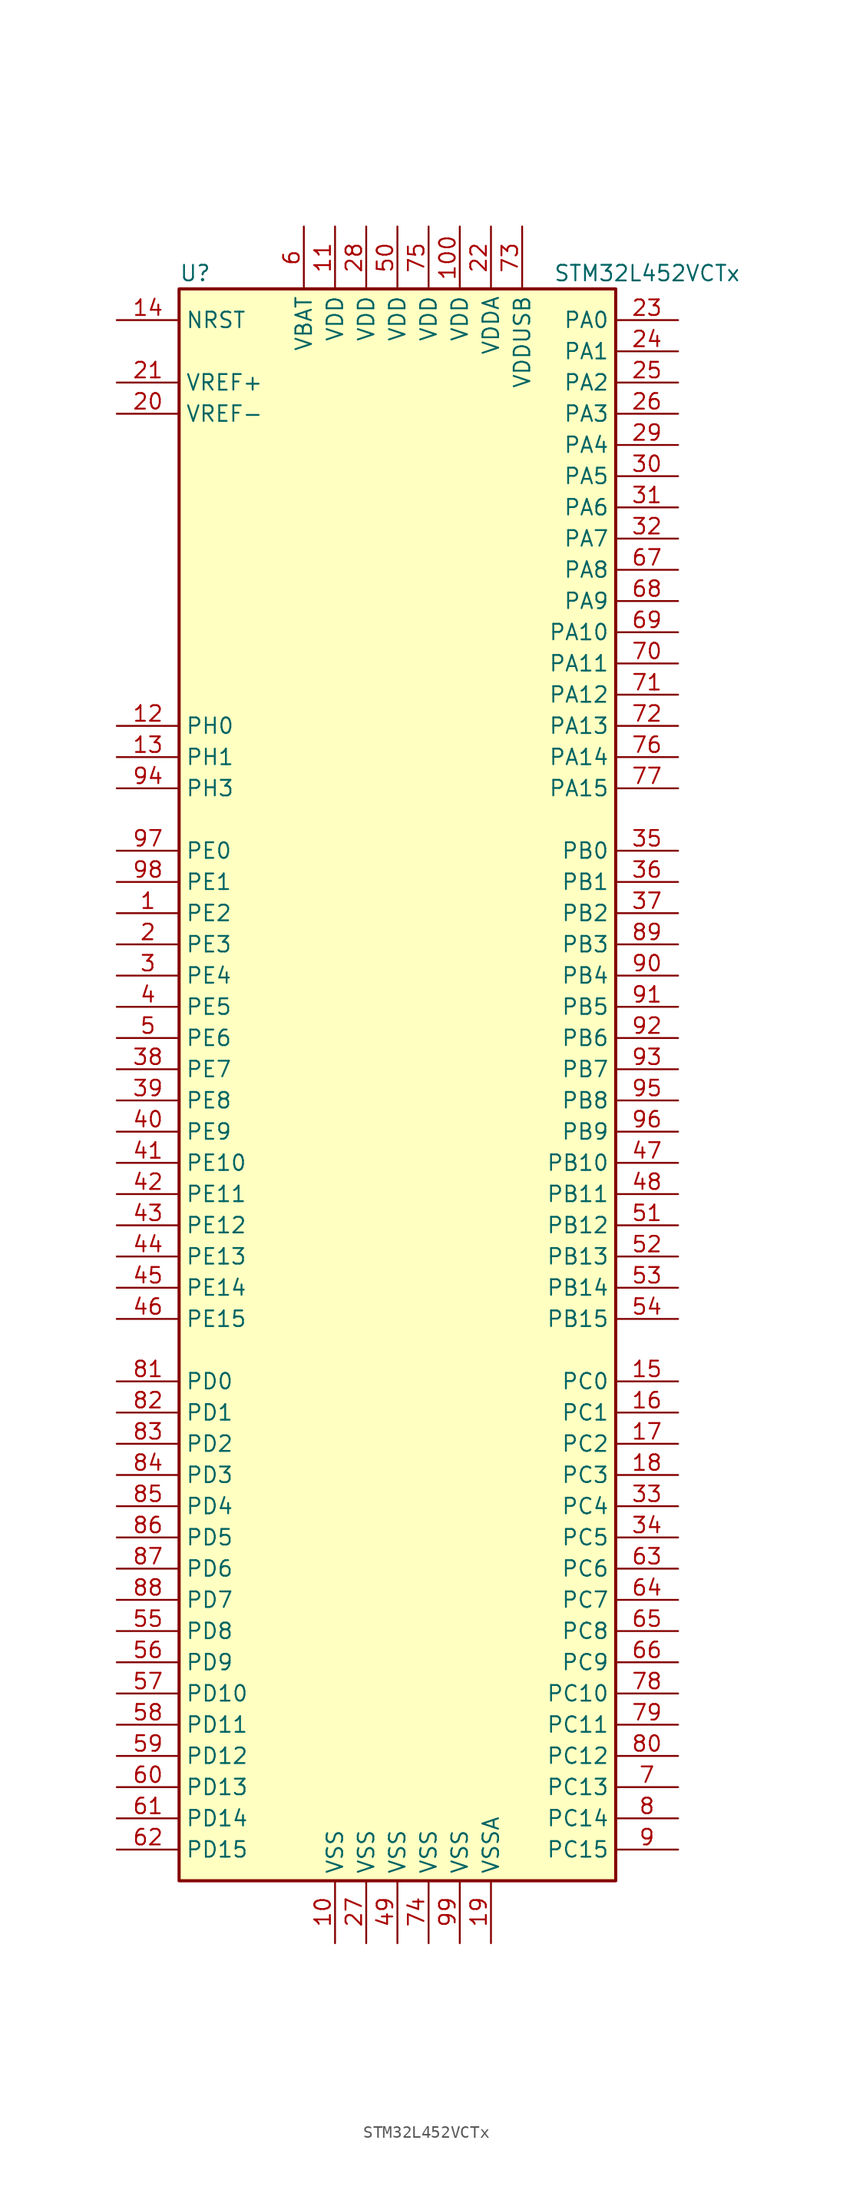
<source format=kicad_sym>
(kicad_symbol_lib
  (version 20201005)
  (generator kicad_symbol_editor)
  (symbol "STM32L452VCTx"
    (property "Reference" "U"
      (at -17.78 64.77 0)
      (effects (font (size 1.27 1.27)) (justify left)))
    (property "Value" "STM32L452VCTx"
      (at 12.7 64.77 0)
      (effects (font (size 1.27 1.27)) (justify left)))
    (symbol "STM32L452VCTx_0_1"
      (rectangle (start -17.78 -66.04) (end 17.78 63.5) (stroke (width 0.254)) (fill (type background))))
    (symbol "STM32L452VCTx_1_1"
      (pin input line (at -22.86 60.96 0) (length 5.08) (name "NRST" (effects (font (size 1.27 1.27)))) (number "14" (effects (font (size 1.27 1.27)))))
      (pin bidirectional line (at 22.86 60.96 180) (length 5.08) (name "PA0" (effects (font (size 1.27 1.27)))) (number "23" (effects (font (size 1.27 1.27)))))
      (pin bidirectional line (at 22.86 58.42 180) (length 5.08) (name "PA1" (effects (font (size 1.27 1.27)))) (number "24" (effects (font (size 1.27 1.27)))))
      (pin bidirectional line (at 22.86 35.56 180) (length 5.08) (name "PA10" (effects (font (size 1.27 1.27)))) (number "69" (effects (font (size 1.27 1.27)))))
      (pin bidirectional line (at 22.86 33.02 180) (length 5.08) (name "PA11" (effects (font (size 1.27 1.27)))) (number "70" (effects (font (size 1.27 1.27)))))
      (pin bidirectional line (at 22.86 30.48 180) (length 5.08) (name "PA12" (effects (font (size 1.27 1.27)))) (number "71" (effects (font (size 1.27 1.27)))))
      (pin bidirectional line (at 22.86 27.94 180) (length 5.08) (name "PA13" (effects (font (size 1.27 1.27)))) (number "72" (effects (font (size 1.27 1.27)))))
      (pin bidirectional line (at 22.86 25.4 180) (length 5.08) (name "PA14" (effects (font (size 1.27 1.27)))) (number "76" (effects (font (size 1.27 1.27)))))
      (pin bidirectional line (at 22.86 22.86 180) (length 5.08) (name "PA15" (effects (font (size 1.27 1.27)))) (number "77" (effects (font (size 1.27 1.27)))))
      (pin bidirectional line (at 22.86 55.88 180) (length 5.08) (name "PA2" (effects (font (size 1.27 1.27)))) (number "25" (effects (font (size 1.27 1.27)))))
      (pin bidirectional line (at 22.86 53.34 180) (length 5.08) (name "PA3" (effects (font (size 1.27 1.27)))) (number "26" (effects (font (size 1.27 1.27)))))
      (pin bidirectional line (at 22.86 50.8 180) (length 5.08) (name "PA4" (effects (font (size 1.27 1.27)))) (number "29" (effects (font (size 1.27 1.27)))))
      (pin bidirectional line (at 22.86 48.26 180) (length 5.08) (name "PA5" (effects (font (size 1.27 1.27)))) (number "30" (effects (font (size 1.27 1.27)))))
      (pin bidirectional line (at 22.86 45.72 180) (length 5.08) (name "PA6" (effects (font (size 1.27 1.27)))) (number "31" (effects (font (size 1.27 1.27)))))
      (pin bidirectional line (at 22.86 43.18 180) (length 5.08) (name "PA7" (effects (font (size 1.27 1.27)))) (number "32" (effects (font (size 1.27 1.27)))))
      (pin bidirectional line (at 22.86 40.64 180) (length 5.08) (name "PA8" (effects (font (size 1.27 1.27)))) (number "67" (effects (font (size 1.27 1.27)))))
      (pin bidirectional line (at 22.86 38.1 180) (length 5.08) (name "PA9" (effects (font (size 1.27 1.27)))) (number "68" (effects (font (size 1.27 1.27)))))
      (pin bidirectional line (at 22.86 17.78 180) (length 5.08) (name "PB0" (effects (font (size 1.27 1.27)))) (number "35" (effects (font (size 1.27 1.27)))))
      (pin bidirectional line (at 22.86 15.24 180) (length 5.08) (name "PB1" (effects (font (size 1.27 1.27)))) (number "36" (effects (font (size 1.27 1.27)))))
      (pin bidirectional line (at 22.86 -7.62 180) (length 5.08) (name "PB10" (effects (font (size 1.27 1.27)))) (number "47" (effects (font (size 1.27 1.27)))))
      (pin bidirectional line (at 22.86 -10.16 180) (length 5.08) (name "PB11" (effects (font (size 1.27 1.27)))) (number "48" (effects (font (size 1.27 1.27)))))
      (pin bidirectional line (at 22.86 -12.7 180) (length 5.08) (name "PB12" (effects (font (size 1.27 1.27)))) (number "51" (effects (font (size 1.27 1.27)))))
      (pin bidirectional line (at 22.86 -15.24 180) (length 5.08) (name "PB13" (effects (font (size 1.27 1.27)))) (number "52" (effects (font (size 1.27 1.27)))))
      (pin bidirectional line (at 22.86 -17.78 180) (length 5.08) (name "PB14" (effects (font (size 1.27 1.27)))) (number "53" (effects (font (size 1.27 1.27)))))
      (pin bidirectional line (at 22.86 -20.32 180) (length 5.08) (name "PB15" (effects (font (size 1.27 1.27)))) (number "54" (effects (font (size 1.27 1.27)))))
      (pin bidirectional line (at 22.86 12.7 180) (length 5.08) (name "PB2" (effects (font (size 1.27 1.27)))) (number "37" (effects (font (size 1.27 1.27)))))
      (pin bidirectional line (at 22.86 10.16 180) (length 5.08) (name "PB3" (effects (font (size 1.27 1.27)))) (number "89" (effects (font (size 1.27 1.27)))))
      (pin bidirectional line (at 22.86 7.62 180) (length 5.08) (name "PB4" (effects (font (size 1.27 1.27)))) (number "90" (effects (font (size 1.27 1.27)))))
      (pin bidirectional line (at 22.86 5.08 180) (length 5.08) (name "PB5" (effects (font (size 1.27 1.27)))) (number "91" (effects (font (size 1.27 1.27)))))
      (pin bidirectional line (at 22.86 2.54 180) (length 5.08) (name "PB6" (effects (font (size 1.27 1.27)))) (number "92" (effects (font (size 1.27 1.27)))))
      (pin bidirectional line (at 22.86 0 180) (length 5.08) (name "PB7" (effects (font (size 1.27 1.27)))) (number "93" (effects (font (size 1.27 1.27)))))
      (pin bidirectional line (at 22.86 -2.54 180) (length 5.08) (name "PB8" (effects (font (size 1.27 1.27)))) (number "95" (effects (font (size 1.27 1.27)))))
      (pin bidirectional line (at 22.86 -5.08 180) (length 5.08) (name "PB9" (effects (font (size 1.27 1.27)))) (number "96" (effects (font (size 1.27 1.27)))))
      (pin bidirectional line (at 22.86 -25.4 180) (length 5.08) (name "PC0" (effects (font (size 1.27 1.27)))) (number "15" (effects (font (size 1.27 1.27)))))
      (pin bidirectional line (at 22.86 -27.94 180) (length 5.08) (name "PC1" (effects (font (size 1.27 1.27)))) (number "16" (effects (font (size 1.27 1.27)))))
      (pin bidirectional line (at 22.86 -50.8 180) (length 5.08) (name "PC10" (effects (font (size 1.27 1.27)))) (number "78" (effects (font (size 1.27 1.27)))))
      (pin bidirectional line (at 22.86 -53.34 180) (length 5.08) (name "PC11" (effects (font (size 1.27 1.27)))) (number "79" (effects (font (size 1.27 1.27)))))
      (pin bidirectional line (at 22.86 -55.88 180) (length 5.08) (name "PC12" (effects (font (size 1.27 1.27)))) (number "80" (effects (font (size 1.27 1.27)))))
      (pin bidirectional line (at 22.86 -58.42 180) (length 5.08) (name "PC13" (effects (font (size 1.27 1.27)))) (number "7" (effects (font (size 1.27 1.27)))))
      (pin bidirectional line (at 22.86 -60.96 180) (length 5.08) (name "PC14" (effects (font (size 1.27 1.27)))) (number "8" (effects (font (size 1.27 1.27)))))
      (pin bidirectional line (at 22.86 -63.5 180) (length 5.08) (name "PC15" (effects (font (size 1.27 1.27)))) (number "9" (effects (font (size 1.27 1.27)))))
      (pin bidirectional line (at 22.86 -30.48 180) (length 5.08) (name "PC2" (effects (font (size 1.27 1.27)))) (number "17" (effects (font (size 1.27 1.27)))))
      (pin bidirectional line (at 22.86 -33.02 180) (length 5.08) (name "PC3" (effects (font (size 1.27 1.27)))) (number "18" (effects (font (size 1.27 1.27)))))
      (pin bidirectional line (at 22.86 -35.56 180) (length 5.08) (name "PC4" (effects (font (size 1.27 1.27)))) (number "33" (effects (font (size 1.27 1.27)))))
      (pin bidirectional line (at 22.86 -38.1 180) (length 5.08) (name "PC5" (effects (font (size 1.27 1.27)))) (number "34" (effects (font (size 1.27 1.27)))))
      (pin bidirectional line (at 22.86 -40.64 180) (length 5.08) (name "PC6" (effects (font (size 1.27 1.27)))) (number "63" (effects (font (size 1.27 1.27)))))
      (pin bidirectional line (at 22.86 -43.18 180) (length 5.08) (name "PC7" (effects (font (size 1.27 1.27)))) (number "64" (effects (font (size 1.27 1.27)))))
      (pin bidirectional line (at 22.86 -45.72 180) (length 5.08) (name "PC8" (effects (font (size 1.27 1.27)))) (number "65" (effects (font (size 1.27 1.27)))))
      (pin bidirectional line (at 22.86 -48.26 180) (length 5.08) (name "PC9" (effects (font (size 1.27 1.27)))) (number "66" (effects (font (size 1.27 1.27)))))
      (pin bidirectional line (at -22.86 -25.4 0) (length 5.08) (name "PD0" (effects (font (size 1.27 1.27)))) (number "81" (effects (font (size 1.27 1.27)))))
      (pin bidirectional line (at -22.86 -27.94 0) (length 5.08) (name "PD1" (effects (font (size 1.27 1.27)))) (number "82" (effects (font (size 1.27 1.27)))))
      (pin bidirectional line (at -22.86 -50.8 0) (length 5.08) (name "PD10" (effects (font (size 1.27 1.27)))) (number "57" (effects (font (size 1.27 1.27)))))
      (pin bidirectional line (at -22.86 -53.34 0) (length 5.08) (name "PD11" (effects (font (size 1.27 1.27)))) (number "58" (effects (font (size 1.27 1.27)))))
      (pin bidirectional line (at -22.86 -55.88 0) (length 5.08) (name "PD12" (effects (font (size 1.27 1.27)))) (number "59" (effects (font (size 1.27 1.27)))))
      (pin bidirectional line (at -22.86 -58.42 0) (length 5.08) (name "PD13" (effects (font (size 1.27 1.27)))) (number "60" (effects (font (size 1.27 1.27)))))
      (pin bidirectional line (at -22.86 -60.96 0) (length 5.08) (name "PD14" (effects (font (size 1.27 1.27)))) (number "61" (effects (font (size 1.27 1.27)))))
      (pin bidirectional line (at -22.86 -63.5 0) (length 5.08) (name "PD15" (effects (font (size 1.27 1.27)))) (number "62" (effects (font (size 1.27 1.27)))))
      (pin bidirectional line (at -22.86 -30.48 0) (length 5.08) (name "PD2" (effects (font (size 1.27 1.27)))) (number "83" (effects (font (size 1.27 1.27)))))
      (pin bidirectional line (at -22.86 -33.02 0) (length 5.08) (name "PD3" (effects (font (size 1.27 1.27)))) (number "84" (effects (font (size 1.27 1.27)))))
      (pin bidirectional line (at -22.86 -35.56 0) (length 5.08) (name "PD4" (effects (font (size 1.27 1.27)))) (number "85" (effects (font (size 1.27 1.27)))))
      (pin bidirectional line (at -22.86 -38.1 0) (length 5.08) (name "PD5" (effects (font (size 1.27 1.27)))) (number "86" (effects (font (size 1.27 1.27)))))
      (pin bidirectional line (at -22.86 -40.64 0) (length 5.08) (name "PD6" (effects (font (size 1.27 1.27)))) (number "87" (effects (font (size 1.27 1.27)))))
      (pin bidirectional line (at -22.86 -43.18 0) (length 5.08) (name "PD7" (effects (font (size 1.27 1.27)))) (number "88" (effects (font (size 1.27 1.27)))))
      (pin bidirectional line (at -22.86 -45.72 0) (length 5.08) (name "PD8" (effects (font (size 1.27 1.27)))) (number "55" (effects (font (size 1.27 1.27)))))
      (pin bidirectional line (at -22.86 -48.26 0) (length 5.08) (name "PD9" (effects (font (size 1.27 1.27)))) (number "56" (effects (font (size 1.27 1.27)))))
      (pin bidirectional line (at -22.86 17.78 0) (length 5.08) (name "PE0" (effects (font (size 1.27 1.27)))) (number "97" (effects (font (size 1.27 1.27)))))
      (pin bidirectional line (at -22.86 15.24 0) (length 5.08) (name "PE1" (effects (font (size 1.27 1.27)))) (number "98" (effects (font (size 1.27 1.27)))))
      (pin bidirectional line (at -22.86 -7.62 0) (length 5.08) (name "PE10" (effects (font (size 1.27 1.27)))) (number "41" (effects (font (size 1.27 1.27)))))
      (pin bidirectional line (at -22.86 -10.16 0) (length 5.08) (name "PE11" (effects (font (size 1.27 1.27)))) (number "42" (effects (font (size 1.27 1.27)))))
      (pin bidirectional line (at -22.86 -12.7 0) (length 5.08) (name "PE12" (effects (font (size 1.27 1.27)))) (number "43" (effects (font (size 1.27 1.27)))))
      (pin bidirectional line (at -22.86 -15.24 0) (length 5.08) (name "PE13" (effects (font (size 1.27 1.27)))) (number "44" (effects (font (size 1.27 1.27)))))
      (pin bidirectional line (at -22.86 -17.78 0) (length 5.08) (name "PE14" (effects (font (size 1.27 1.27)))) (number "45" (effects (font (size 1.27 1.27)))))
      (pin bidirectional line (at -22.86 -20.32 0) (length 5.08) (name "PE15" (effects (font (size 1.27 1.27)))) (number "46" (effects (font (size 1.27 1.27)))))
      (pin bidirectional line (at -22.86 12.7 0) (length 5.08) (name "PE2" (effects (font (size 1.27 1.27)))) (number "1" (effects (font (size 1.27 1.27)))))
      (pin bidirectional line (at -22.86 10.16 0) (length 5.08) (name "PE3" (effects (font (size 1.27 1.27)))) (number "2" (effects (font (size 1.27 1.27)))))
      (pin bidirectional line (at -22.86 7.62 0) (length 5.08) (name "PE4" (effects (font (size 1.27 1.27)))) (number "3" (effects (font (size 1.27 1.27)))))
      (pin bidirectional line (at -22.86 5.08 0) (length 5.08) (name "PE5" (effects (font (size 1.27 1.27)))) (number "4" (effects (font (size 1.27 1.27)))))
      (pin bidirectional line (at -22.86 2.54 0) (length 5.08) (name "PE6" (effects (font (size 1.27 1.27)))) (number "5" (effects (font (size 1.27 1.27)))))
      (pin bidirectional line (at -22.86 0 0) (length 5.08) (name "PE7" (effects (font (size 1.27 1.27)))) (number "38" (effects (font (size 1.27 1.27)))))
      (pin bidirectional line (at -22.86 -2.54 0) (length 5.08) (name "PE8" (effects (font (size 1.27 1.27)))) (number "39" (effects (font (size 1.27 1.27)))))
      (pin bidirectional line (at -22.86 -5.08 0) (length 5.08) (name "PE9" (effects (font (size 1.27 1.27)))) (number "40" (effects (font (size 1.27 1.27)))))
      (pin input line (at -22.86 27.94 0) (length 5.08) (name "PH0" (effects (font (size 1.27 1.27)))) (number "12" (effects (font (size 1.27 1.27)))))
      (pin input line (at -22.86 25.4 0) (length 5.08) (name "PH1" (effects (font (size 1.27 1.27)))) (number "13" (effects (font (size 1.27 1.27)))))
      (pin bidirectional line (at -22.86 22.86 0) (length 5.08) (name "PH3" (effects (font (size 1.27 1.27)))) (number "94" (effects (font (size 1.27 1.27)))))
      (pin power_in line (at -7.62 68.58 270) (length 5.08) (name "VBAT" (effects (font (size 1.27 1.27)))) (number "6" (effects (font (size 1.27 1.27)))))
      (pin power_in line (at 5.08 68.58 270) (length 5.08) (name "VDD" (effects (font (size 1.27 1.27)))) (number "100" (effects (font (size 1.27 1.27)))))
      (pin power_in line (at -5.08 68.58 270) (length 5.08) (name "VDD" (effects (font (size 1.27 1.27)))) (number "11" (effects (font (size 1.27 1.27)))))
      (pin power_in line (at -2.54 68.58 270) (length 5.08) (name "VDD" (effects (font (size 1.27 1.27)))) (number "28" (effects (font (size 1.27 1.27)))))
      (pin power_in line (at 0 68.58 270) (length 5.08) (name "VDD" (effects (font (size 1.27 1.27)))) (number "50" (effects (font (size 1.27 1.27)))))
      (pin power_in line (at 2.54 68.58 270) (length 5.08) (name "VDD" (effects (font (size 1.27 1.27)))) (number "75" (effects (font (size 1.27 1.27)))))
      (pin power_in line (at 7.62 68.58 270) (length 5.08) (name "VDDA" (effects (font (size 1.27 1.27)))) (number "22" (effects (font (size 1.27 1.27)))))
      (pin power_in line (at 10.16 68.58 270) (length 5.08) (name "VDDUSB" (effects (font (size 1.27 1.27)))) (number "73" (effects (font (size 1.27 1.27)))))
      (pin bidirectional line (at -22.86 55.88 0) (length 5.08) (name "VREF+" (effects (font (size 1.27 1.27)))) (number "21" (effects (font (size 1.27 1.27)))))
      (pin power_in line (at -22.86 53.34 0) (length 5.08) (name "VREF-" (effects (font (size 1.27 1.27)))) (number "20" (effects (font (size 1.27 1.27)))))
      (pin power_in line (at -5.08 -71.12 90) (length 5.08) (name "VSS" (effects (font (size 1.27 1.27)))) (number "10" (effects (font (size 1.27 1.27)))))
      (pin power_in line (at -2.54 -71.12 90) (length 5.08) (name "VSS" (effects (font (size 1.27 1.27)))) (number "27" (effects (font (size 1.27 1.27)))))
      (pin power_in line (at 0 -71.12 90) (length 5.08) (name "VSS" (effects (font (size 1.27 1.27)))) (number "49" (effects (font (size 1.27 1.27)))))
      (pin power_in line (at 2.54 -71.12 90) (length 5.08) (name "VSS" (effects (font (size 1.27 1.27)))) (number "74" (effects (font (size 1.27 1.27)))))
      (pin power_in line (at 5.08 -71.12 90) (length 5.08) (name "VSS" (effects (font (size 1.27 1.27)))) (number "99" (effects (font (size 1.27 1.27)))))
      (pin power_in line (at 7.62 -71.12 90) (length 5.08) (name "VSSA" (effects (font (size 1.27 1.27)))) (number "19" (effects (font (size 1.27 1.27))))))))
</source>
